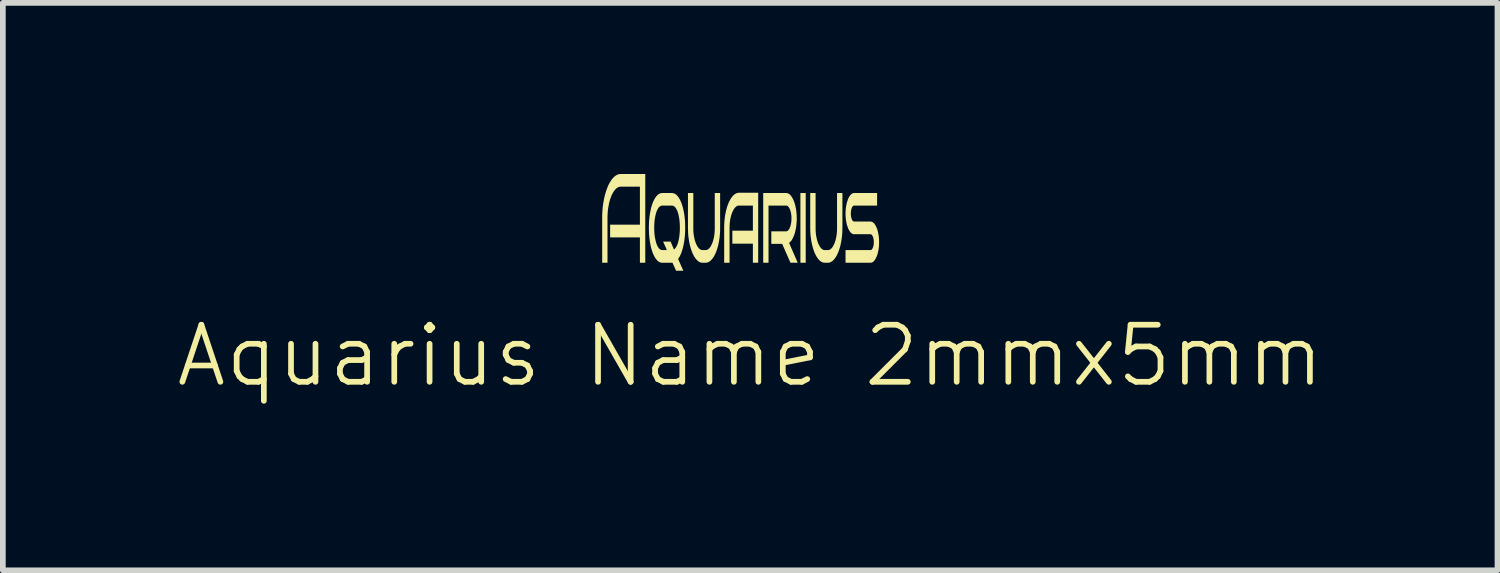
<source format=kicad_pcb>
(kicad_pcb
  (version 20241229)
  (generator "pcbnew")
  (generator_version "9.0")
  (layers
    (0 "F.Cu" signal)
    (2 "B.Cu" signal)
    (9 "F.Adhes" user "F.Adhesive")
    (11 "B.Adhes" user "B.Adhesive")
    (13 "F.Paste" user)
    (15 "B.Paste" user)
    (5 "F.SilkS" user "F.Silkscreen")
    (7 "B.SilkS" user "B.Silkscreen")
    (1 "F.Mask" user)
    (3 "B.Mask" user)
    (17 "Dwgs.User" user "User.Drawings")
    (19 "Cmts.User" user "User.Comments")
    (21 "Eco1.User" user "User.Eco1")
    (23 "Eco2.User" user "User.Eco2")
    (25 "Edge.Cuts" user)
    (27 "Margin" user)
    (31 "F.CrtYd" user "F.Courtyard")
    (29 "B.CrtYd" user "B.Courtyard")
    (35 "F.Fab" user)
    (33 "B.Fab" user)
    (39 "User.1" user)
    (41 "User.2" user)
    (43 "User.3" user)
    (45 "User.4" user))
  (footprint "Aquarius Name 2mmx5mm"
    (layer "F.Cu")
    (at 10.068 1.934)
    (property "Reference" "Aquarius Name 2mmx5mm" (at 0.03 1.25 0) (unlocked yes) (layer "F.SilkS") (effects (font (size 1 1) (thickness 0.1))))
    (fp_poly (pts (xy 1.003 -0.379) (xy 0.91 -0.379) (xy 0.91 -1.601) (xy 1.003 -1.601)) (stroke (width -0.000001) (type solid)) (fill yes) (layer "F.SilkS"))
    (fp_poly (pts (xy -1.809 -0.379) (xy -1.903 -0.379) (xy -1.903 -0.823) (xy -2.425 -0.823) (xy -2.425 -1.046) (xy -1.903 -1.046) (xy -1.903 -1.712) (xy -2.238 -1.712) (xy -2.246 -1.712) (xy -2.254 -1.711) (xy -2.262 -1.71) (xy -2.269 -1.708) (xy -2.277 -1.705) (xy -2.285 -1.702) (xy -2.292 -1.698) (xy -2.299 -1.694) (xy -2.307 -1.689) (xy -2.314 -1.683) (xy -2.321 -1.677) (xy -2.328 -1.67) (xy -2.335 -1.663) (xy -2.342 -1.655) (xy -2.348 -1.647) (xy -2.355 -1.638) (xy -2.362 -1.628) (xy -2.368 -1.618) (xy -2.374 -1.608) (xy -2.38 -1.597) (xy -2.386 -1.586) (xy -2.392 -1.575) (xy -2.398 -1.563) (xy -2.403 -1.55) (xy -2.408 -1.537) (xy -2.413 -1.524) (xy -2.418 -1.511) (xy -2.423 -1.497) (xy -2.427 -1.482) (xy -2.432 -1.468) (xy -2.436 -1.452) (xy -2.44 -1.437) (xy -2.447 -1.405) (xy -2.453 -1.372) (xy -2.459 -1.338) (xy -2.463 -1.303) (xy -2.467 -1.268) (xy -2.469 -1.232) (xy -2.471 -1.195) (xy -2.471 -1.157) (xy -2.471 -0.379) (xy -2.564 -0.379) (xy -2.564 -1.157) (xy -2.564 -1.196) (xy -2.563 -1.235) (xy -2.561 -1.274) (xy -2.558 -1.312) (xy -2.555 -1.349) (xy -2.55 -1.386) (xy -2.545 -1.422) (xy -2.539 -1.458) (xy -2.533 -1.493) (xy -2.525 -1.526) (xy -2.518 -1.559) (xy -2.509 -1.591) (xy -2.5 -1.621) (xy -2.49 -1.651) (xy -2.48 -1.679) (xy -2.469 -1.707) (xy -2.458 -1.733) (xy -2.452 -1.745) (xy -2.446 -1.758) (xy -2.44 -1.769) (xy -2.433 -1.781) (xy -2.427 -1.792) (xy -2.421 -1.802) (xy -2.414 -1.813) (xy -2.407 -1.823) (xy -2.401 -1.832) (xy -2.394 -1.841) (xy -2.387 -1.85) (xy -2.38 -1.859) (xy -2.372 -1.867) (xy -2.365 -1.874) (xy -2.357 -1.882) (xy -2.35 -1.889) (xy -2.342 -1.895) (xy -2.335 -1.901) (xy -2.327 -1.906) (xy -2.319 -1.911) (xy -2.311 -1.915) (xy -2.304 -1.919) (xy -2.296 -1.923) (xy -2.288 -1.926) (xy -2.28 -1.929) (xy -2.271 -1.931) (xy -2.263 -1.932) (xy -2.255 -1.934) (xy -2.247 -1.934) (xy -2.238 -1.934) (xy -1.809 -1.934)) (stroke (width -0.000001) (type solid)) (fill yes) (layer "F.SilkS"))
    (fp_poly (pts (xy 0.17 -0.379) (xy 0.077 -0.379) (xy 0.077 -0.714) (xy -0.283 -0.714) (xy -0.283 -0.941) (xy 0.077 -0.941) (xy 0.077 -1.381) (xy -0.166 -1.381) (xy -0.172 -1.381) (xy -0.178 -1.38) (xy -0.183 -1.379) (xy -0.189 -1.378) (xy -0.194 -1.376) (xy -0.2 -1.374) (xy -0.205 -1.371) (xy -0.21 -1.368) (xy -0.215 -1.364) (xy -0.22 -1.36) (xy -0.225 -1.356) (xy -0.23 -1.351) (xy -0.235 -1.346) (xy -0.24 -1.34) (xy -0.245 -1.334) (xy -0.25 -1.328) (xy -0.254 -1.321) (xy -0.259 -1.314) (xy -0.263 -1.307) (xy -0.267 -1.299) (xy -0.271 -1.291) (xy -0.275 -1.283) (xy -0.279 -1.274) (xy -0.283 -1.266) (xy -0.287 -1.257) (xy -0.29 -1.248) (xy -0.294 -1.238) (xy -0.297 -1.228) (xy -0.3 -1.218) (xy -0.304 -1.208) (xy -0.306 -1.197) (xy -0.309 -1.187) (xy -0.315 -1.164) (xy -0.319 -1.141) (xy -0.323 -1.118) (xy -0.326 -1.094) (xy -0.329 -1.069) (xy -0.33 -1.043) (xy -0.331 -1.017) (xy -0.332 -0.99) (xy -0.332 -0.379) (xy -0.426 -0.379) (xy -0.426 -0.99) (xy -0.426 -1.021) (xy -0.425 -1.052) (xy -0.423 -1.083) (xy -0.421 -1.113) (xy -0.418 -1.143) (xy -0.415 -1.172) (xy -0.411 -1.201) (xy -0.406 -1.229) (xy -0.401 -1.256) (xy -0.395 -1.283) (xy -0.389 -1.309) (xy -0.382 -1.334) (xy -0.375 -1.358) (xy -0.367 -1.382) (xy -0.359 -1.404) (xy -0.35 -1.426) (xy -0.341 -1.446) (xy -0.336 -1.456) (xy -0.331 -1.465) (xy -0.326 -1.475) (xy -0.321 -1.484) (xy -0.316 -1.492) (xy -0.311 -1.501) (xy -0.306 -1.509) (xy -0.301 -1.517) (xy -0.295 -1.524) (xy -0.29 -1.532) (xy -0.284 -1.539) (xy -0.278 -1.545) (xy -0.273 -1.552) (xy -0.267 -1.558) (xy -0.261 -1.564) (xy -0.255 -1.569) (xy -0.249 -1.574) (xy -0.243 -1.579) (xy -0.237 -1.583) (xy -0.231 -1.587) (xy -0.224 -1.59) (xy -0.218 -1.594) (xy -0.212 -1.596) (xy -0.205 -1.599) (xy -0.199 -1.601) (xy -0.193 -1.603) (xy -0.186 -1.604) (xy -0.18 -1.605) (xy -0.173 -1.605) (xy -0.166 -1.606) (xy 0.17 -1.606)) (stroke (width -0.000001) (type solid)) (fill yes) (layer "F.SilkS"))
    (fp_poly (pts (xy 0.665 -1.601) (xy 0.672 -1.6) (xy 0.678 -1.599) (xy 0.684 -1.597) (xy 0.691 -1.595) (xy 0.697 -1.593) (xy 0.703 -1.59) (xy 0.709 -1.586) (xy 0.715 -1.582) (xy 0.72 -1.578) (xy 0.726 -1.573) (xy 0.732 -1.567) (xy 0.737 -1.562) (xy 0.743 -1.555) (xy 0.748 -1.548) (xy 0.753 -1.541) (xy 0.758 -1.533) (xy 0.764 -1.525) (xy 0.768 -1.517) (xy 0.773 -1.509) (xy 0.778 -1.5) (xy 0.782 -1.49) (xy 0.787 -1.481) (xy 0.791 -1.471) (xy 0.795 -1.461) (xy 0.799 -1.45) (xy 0.803 -1.439) (xy 0.807 -1.428) (xy 0.811 -1.416) (xy 0.814 -1.405) (xy 0.817 -1.392) (xy 0.821 -1.38) (xy 0.826 -1.354) (xy 0.832 -1.328) (xy 0.836 -1.301) (xy 0.839 -1.274) (xy 0.842 -1.245) (xy 0.844 -1.216) (xy 0.845 -1.187) (xy 0.846 -1.157) (xy 0.846 -1.132) (xy 0.845 -1.107) (xy 0.843 -1.083) (xy 0.841 -1.06) (xy 0.839 -1.036) (xy 0.836 -1.014) (xy 0.833 -0.991) (xy 0.829 -0.969) (xy 0.824 -0.947) (xy 0.819 -0.927) (xy 0.814 -0.906) (xy 0.808 -0.887) (xy 0.802 -0.869) (xy 0.795 -0.851) (xy 0.788 -0.834) (xy 0.781 -0.818) (xy 0.777 -0.81) (xy 0.773 -0.803) (xy 0.769 -0.795) (xy 0.765 -0.788) (xy 0.761 -0.782) (xy 0.757 -0.775) (xy 0.753 -0.769) (xy 0.748 -0.764) (xy 0.744 -0.758) (xy 0.739 -0.753) (xy 0.735 -0.748) (xy 0.73 -0.743) (xy 0.726 -0.739) (xy 0.721 -0.735) (xy 0.716 -0.731) (xy 0.711 -0.728) (xy 0.863 -0.379) (xy 0.736 -0.379) (xy 0.59 -0.71) (xy 0.4 -0.71) (xy 0.4 -0.93) (xy 0.659 -0.93) (xy 0.661 -0.93) (xy 0.664 -0.93) (xy 0.666 -0.931) (xy 0.669 -0.931) (xy 0.671 -0.932) (xy 0.673 -0.932) (xy 0.675 -0.933) (xy 0.678 -0.934) (xy 0.68 -0.935) (xy 0.682 -0.937) (xy 0.684 -0.938) (xy 0.687 -0.94) (xy 0.689 -0.941) (xy 0.691 -0.943) (xy 0.693 -0.945) (xy 0.695 -0.947) (xy 0.697 -0.949) (xy 0.699 -0.951) (xy 0.701 -0.954) (xy 0.703 -0.956) (xy 0.707 -0.962) (xy 0.711 -0.968) (xy 0.715 -0.975) (xy 0.719 -0.982) (xy 0.722 -0.99) (xy 0.726 -0.998) (xy 0.729 -1.006) (xy 0.732 -1.015) (xy 0.735 -1.024) (xy 0.738 -1.033) (xy 0.74 -1.042) (xy 0.742 -1.052) (xy 0.745 -1.062) (xy 0.746 -1.071) (xy 0.748 -1.081) (xy 0.749 -1.092) (xy 0.751 -1.102) (xy 0.752 -1.113) (xy 0.752 -1.123) (xy 0.753 -1.134) (xy 0.753 -1.145) (xy 0.753 -1.157) (xy 0.753 -1.18) (xy 0.752 -1.202) (xy 0.751 -1.212) (xy 0.749 -1.223) (xy 0.748 -1.233) (xy 0.746 -1.243) (xy 0.745 -1.253) (xy 0.742 -1.262) (xy 0.74 -1.272) (xy 0.738 -1.281) (xy 0.735 -1.29) (xy 0.732 -1.299) (xy 0.729 -1.307) (xy 0.726 -1.316) (xy 0.722 -1.323) (xy 0.719 -1.331) (xy 0.715 -1.338) (xy 0.711 -1.344) (xy 0.707 -1.35) (xy 0.703 -1.355) (xy 0.699 -1.36) (xy 0.695 -1.365) (xy 0.691 -1.369) (xy 0.687 -1.372) (xy 0.682 -1.375) (xy 0.678 -1.377) (xy 0.673 -1.379) (xy 0.669 -1.38) (xy 0.664 -1.381) (xy 0.659 -1.381) (xy 0.351 -1.381) (xy 0.351 -0.379) (xy 0.258 -0.379) (xy 0.258 -1.601) (xy 0.659 -1.601)) (stroke (width -0.000001) (type solid)) (fill yes) (layer "F.SilkS"))
    (fp_poly (pts (xy -0.967 -0.99) (xy -0.967 -0.964) (xy -0.966 -0.938) (xy -0.964 -0.912) (xy -0.962 -0.888) (xy -0.959 -0.864) (xy -0.955 -0.84) (xy -0.95 -0.817) (xy -0.945 -0.794) (xy -0.94 -0.773) (xy -0.933 -0.752) (xy -0.927 -0.733) (xy -0.923 -0.724) (xy -0.92 -0.715) (xy -0.916 -0.706) (xy -0.912 -0.698) (xy -0.908 -0.69) (xy -0.904 -0.682) (xy -0.9 -0.674) (xy -0.895 -0.667) (xy -0.891 -0.66) (xy -0.886 -0.653) (xy -0.882 -0.647) (xy -0.877 -0.641) (xy -0.872 -0.636) (xy -0.867 -0.63) (xy -0.863 -0.626) (xy -0.858 -0.621) (xy -0.853 -0.618) (xy -0.848 -0.614) (xy -0.842 -0.611) (xy -0.837 -0.608) (xy -0.832 -0.606) (xy -0.827 -0.604) (xy -0.821 -0.603) (xy -0.816 -0.602) (xy -0.81 -0.601) (xy -0.805 -0.601) (xy -0.753 -0.601) (xy -0.748 -0.601) (xy -0.742 -0.602) (xy -0.736 -0.603) (xy -0.731 -0.604) (xy -0.726 -0.606) (xy -0.72 -0.608) (xy -0.715 -0.611) (xy -0.71 -0.614) (xy -0.705 -0.618) (xy -0.7 -0.621) (xy -0.695 -0.626) (xy -0.69 -0.63) (xy -0.685 -0.636) (xy -0.68 -0.641) (xy -0.676 -0.647) (xy -0.671 -0.653) (xy -0.667 -0.66) (xy -0.662 -0.667) (xy -0.658 -0.674) (xy -0.654 -0.682) (xy -0.65 -0.69) (xy -0.646 -0.698) (xy -0.642 -0.706) (xy -0.638 -0.715) (xy -0.635 -0.724) (xy -0.631 -0.733) (xy -0.628 -0.742) (xy -0.624 -0.752) (xy -0.621 -0.762) (xy -0.618 -0.773) (xy -0.615 -0.783) (xy -0.613 -0.794) (xy -0.607 -0.817) (xy -0.603 -0.84) (xy -0.599 -0.864) (xy -0.596 -0.888) (xy -0.594 -0.912) (xy -0.592 -0.938) (xy -0.591 -0.964) (xy -0.591 -0.99) (xy -0.591 -1.601) (xy -0.497 -1.601) (xy -0.497 -0.99) (xy -0.498 -0.959) (xy -0.498 -0.928) (xy -0.5 -0.897) (xy -0.502 -0.867) (xy -0.505 -0.838) (xy -0.508 -0.809) (xy -0.513 -0.78) (xy -0.517 -0.752) (xy -0.523 -0.725) (xy -0.528 -0.698) (xy -0.534 -0.673) (xy -0.541 -0.648) (xy -0.548 -0.624) (xy -0.556 -0.601) (xy -0.564 -0.579) (xy -0.572 -0.558) (xy -0.581 -0.537) (xy -0.586 -0.528) (xy -0.591 -0.518) (xy -0.595 -0.509) (xy -0.6 -0.5) (xy -0.605 -0.492) (xy -0.61 -0.483) (xy -0.615 -0.475) (xy -0.621 -0.467) (xy -0.626 -0.46) (xy -0.631 -0.453) (xy -0.637 -0.446) (xy -0.642 -0.439) (xy -0.648 -0.433) (xy -0.654 -0.427) (xy -0.66 -0.421) (xy -0.665 -0.415) (xy -0.671 -0.41) (xy -0.677 -0.406) (xy -0.683 -0.401) (xy -0.689 -0.398) (xy -0.696 -0.394) (xy -0.702 -0.391) (xy -0.708 -0.388) (xy -0.714 -0.386) (xy -0.721 -0.384) (xy -0.727 -0.382) (xy -0.734 -0.381) (xy -0.74 -0.38) (xy -0.747 -0.379) (xy -0.753 -0.379) (xy -0.805 -0.379) (xy -0.811 -0.379) (xy -0.818 -0.38) (xy -0.824 -0.381) (xy -0.831 -0.382) (xy -0.837 -0.384) (xy -0.844 -0.386) (xy -0.85 -0.388) (xy -0.856 -0.391) (xy -0.862 -0.394) (xy -0.869 -0.398) (xy -0.875 -0.401) (xy -0.881 -0.406) (xy -0.887 -0.41) (xy -0.893 -0.415) (xy -0.898 -0.421) (xy -0.904 -0.427) (xy -0.91 -0.433) (xy -0.916 -0.439) (xy -0.921 -0.446) (xy -0.927 -0.453) (xy -0.932 -0.46) (xy -0.937 -0.468) (xy -0.943 -0.475) (xy -0.948 -0.484) (xy -0.953 -0.492) (xy -0.958 -0.501) (xy -0.963 -0.51) (xy -0.967 -0.519) (xy -0.972 -0.528) (xy -0.977 -0.538) (xy -0.981 -0.548) (xy -0.986 -0.559) (xy -0.994 -0.58) (xy -1.002 -0.603) (xy -1.01 -0.626) (xy -1.017 -0.65) (xy -1.023 -0.674) (xy -1.03 -0.7) (xy -1.035 -0.726) (xy -1.041 -0.753) (xy -1.045 -0.781) (xy -1.049 -0.809) (xy -1.053 -0.838) (xy -1.056 -0.868) (xy -1.058 -0.897) (xy -1.059 -0.928) (xy -1.06 -0.959) (xy -1.061 -0.99) (xy -1.061 -1.601) (xy -0.967 -1.601)) (stroke (width -0.000001) (type solid)) (fill yes) (layer "F.SilkS"))
    (fp_poly (pts (xy 1.176 -0.99) (xy 1.176 -0.964) (xy 1.177 -0.938) (xy 1.179 -0.912) (xy 1.181 -0.888) (xy 1.184 -0.864) (xy 1.188 -0.84) (xy 1.193 -0.817) (xy 1.198 -0.794) (xy 1.203 -0.773) (xy 1.21 -0.752) (xy 1.216 -0.733) (xy 1.22 -0.724) (xy 1.223 -0.715) (xy 1.227 -0.706) (xy 1.231 -0.698) (xy 1.235 -0.69) (xy 1.239 -0.682) (xy 1.243 -0.674) (xy 1.248 -0.667) (xy 1.252 -0.66) (xy 1.257 -0.653) (xy 1.261 -0.647) (xy 1.266 -0.641) (xy 1.271 -0.636) (xy 1.276 -0.63) (xy 1.28 -0.626) (xy 1.285 -0.621) (xy 1.29 -0.618) (xy 1.295 -0.614) (xy 1.301 -0.611) (xy 1.306 -0.608) (xy 1.311 -0.606) (xy 1.316 -0.604) (xy 1.322 -0.603) (xy 1.327 -0.602) (xy 1.333 -0.601) (xy 1.338 -0.601) (xy 1.39 -0.601) (xy 1.395 -0.601) (xy 1.401 -0.602) (xy 1.407 -0.603) (xy 1.412 -0.604) (xy 1.417 -0.606) (xy 1.423 -0.608) (xy 1.428 -0.611) (xy 1.433 -0.614) (xy 1.438 -0.618) (xy 1.443 -0.621) (xy 1.448 -0.626) (xy 1.453 -0.63) (xy 1.458 -0.636) (xy 1.463 -0.641) (xy 1.467 -0.647) (xy 1.472 -0.653) (xy 1.476 -0.66) (xy 1.481 -0.667) (xy 1.485 -0.674) (xy 1.489 -0.682) (xy 1.493 -0.69) (xy 1.497 -0.698) (xy 1.501 -0.706) (xy 1.505 -0.715) (xy 1.508 -0.724) (xy 1.512 -0.733) (xy 1.515 -0.742) (xy 1.518 -0.752) (xy 1.522 -0.762) (xy 1.525 -0.773) (xy 1.528 -0.783) (xy 1.53 -0.794) (xy 1.536 -0.817) (xy 1.54 -0.84) (xy 1.544 -0.864) (xy 1.547 -0.888) (xy 1.549 -0.912) (xy 1.551 -0.938) (xy 1.552 -0.964) (xy 1.552 -0.99) (xy 1.552 -1.601) (xy 1.646 -1.601) (xy 1.646 -0.99) (xy 1.645 -0.959) (xy 1.645 -0.928) (xy 1.643 -0.897) (xy 1.641 -0.867) (xy 1.638 -0.838) (xy 1.634 -0.809) (xy 1.63 -0.78) (xy 1.626 -0.752) (xy 1.62 -0.725) (xy 1.615 -0.698) (xy 1.609 -0.673) (xy 1.602 -0.648) (xy 1.595 -0.624) (xy 1.587 -0.601) (xy 1.579 -0.579) (xy 1.571 -0.558) (xy 1.562 -0.537) (xy 1.557 -0.528) (xy 1.552 -0.518) (xy 1.548 -0.509) (xy 1.543 -0.5) (xy 1.538 -0.492) (xy 1.533 -0.483) (xy 1.528 -0.475) (xy 1.522 -0.467) (xy 1.517 -0.46) (xy 1.512 -0.453) (xy 1.506 -0.446) (xy 1.501 -0.439) (xy 1.495 -0.433) (xy 1.489 -0.427) (xy 1.483 -0.421) (xy 1.478 -0.415) (xy 1.472 -0.41) (xy 1.466 -0.406) (xy 1.46 -0.401) (xy 1.454 -0.398) (xy 1.447 -0.394) (xy 1.441 -0.391) (xy 1.435 -0.388) (xy 1.429 -0.386) (xy 1.422 -0.384) (xy 1.416 -0.382) (xy 1.409 -0.381) (xy 1.403 -0.38) (xy 1.396 -0.379) (xy 1.39 -0.379) (xy 1.338 -0.379) (xy 1.332 -0.379) (xy 1.325 -0.38) (xy 1.319 -0.381) (xy 1.312 -0.382) (xy 1.306 -0.384) (xy 1.299 -0.386) (xy 1.293 -0.388) (xy 1.287 -0.391) (xy 1.281 -0.394) (xy 1.274 -0.398) (xy 1.268 -0.401) (xy 1.262 -0.406) (xy 1.256 -0.41) (xy 1.25 -0.415) (xy 1.245 -0.421) (xy 1.239 -0.427) (xy 1.233 -0.433) (xy 1.227 -0.439) (xy 1.222 -0.446) (xy 1.216 -0.453) (xy 1.211 -0.46) (xy 1.206 -0.468) (xy 1.2 -0.475) (xy 1.195 -0.484) (xy 1.19 -0.492) (xy 1.185 -0.501) (xy 1.18 -0.51) (xy 1.176 -0.519) (xy 1.171 -0.528) (xy 1.166 -0.538) (xy 1.162 -0.548) (xy 1.157 -0.559) (xy 1.149 -0.58) (xy 1.141 -0.603) (xy 1.133 -0.626) (xy 1.126 -0.65) (xy 1.12 -0.674) (xy 1.113 -0.7) (xy 1.108 -0.726) (xy 1.102 -0.753) (xy 1.098 -0.781) (xy 1.094 -0.809) (xy 1.09 -0.838) (xy 1.087 -0.868) (xy 1.085 -0.897) (xy 1.083 -0.928) (xy 1.083 -0.959) (xy 1.082 -0.99) (xy 1.082 -1.601) (xy 1.176 -1.601)) (stroke (width -0.000001) (type solid)) (fill yes) (layer "F.SilkS"))
    (fp_poly (pts (xy -1.337 -1.601) (xy -1.328 -1.6) (xy -1.32 -1.598) (xy -1.311 -1.596) (xy -1.303 -1.593) (xy -1.295 -1.59) (xy -1.287 -1.585) (xy -1.279 -1.581) (xy -1.272 -1.575) (xy -1.264 -1.569) (xy -1.257 -1.562) (xy -1.249 -1.555) (xy -1.242 -1.547) (xy -1.235 -1.538) (xy -1.228 -1.529) (xy -1.221 -1.519) (xy -1.215 -1.508) (xy -1.209 -1.497) (xy -1.202 -1.486) (xy -1.196 -1.474) (xy -1.191 -1.462) (xy -1.185 -1.449) (xy -1.179 -1.436) (xy -1.174 -1.423) (xy -1.169 -1.409) (xy -1.164 -1.394) (xy -1.16 -1.38) (xy -1.155 -1.364) (xy -1.151 -1.349) (xy -1.147 -1.332) (xy -1.143 -1.316) (xy -1.139 -1.299) (xy -1.132 -1.264) (xy -1.126 -1.228) (xy -1.121 -1.191) (xy -1.117 -1.153) (xy -1.113 -1.114) (xy -1.111 -1.075) (xy -1.11 -1.034) (xy -1.109 -0.992) (xy -1.11 -0.948) (xy -1.111 -0.905) (xy -1.114 -0.863) (xy -1.118 -0.822) (xy -1.122 -0.783) (xy -1.128 -0.744) (xy -1.135 -0.706) (xy -1.143 -0.669) (xy -1.151 -0.634) (xy -1.161 -0.6) (xy -1.166 -0.584) (xy -1.171 -0.569) (xy -1.176 -0.554) (xy -1.182 -0.54) (xy -1.188 -0.527) (xy -1.194 -0.513) (xy -1.2 -0.501) (xy -1.206 -0.489) (xy -1.213 -0.477) (xy -1.22 -0.466) (xy -1.226 -0.456) (xy -1.234 -0.446) (xy -1.142 -0.239) (xy -1.269 -0.239) (xy -1.332 -0.379) (xy -1.508 -0.379) (xy -1.517 -0.379) (xy -1.526 -0.38) (xy -1.534 -0.382) (xy -1.543 -0.384) (xy -1.551 -0.387) (xy -1.559 -0.391) (xy -1.567 -0.395) (xy -1.575 -0.4) (xy -1.583 -0.405) (xy -1.59 -0.411) (xy -1.598 -0.418) (xy -1.605 -0.426) (xy -1.612 -0.434) (xy -1.619 -0.443) (xy -1.626 -0.452) (xy -1.633 -0.462) (xy -1.64 -0.473) (xy -1.646 -0.484) (xy -1.652 -0.495) (xy -1.659 -0.507) (xy -1.664 -0.52) (xy -1.67 -0.533) (xy -1.676 -0.546) (xy -1.681 -0.559) (xy -1.686 -0.574) (xy -1.691 -0.588) (xy -1.696 -0.603) (xy -1.7 -0.618) (xy -1.704 -0.634) (xy -1.709 -0.651) (xy -1.713 -0.667) (xy -1.716 -0.684) (xy -1.723 -0.72) (xy -1.729 -0.756) (xy -1.734 -0.793) (xy -1.738 -0.831) (xy -1.742 -0.87) (xy -1.744 -0.91) (xy -1.745 -0.95) (xy -1.746 -0.992) (xy -1.652 -0.992) (xy -1.652 -0.966) (xy -1.651 -0.94) (xy -1.65 -0.915) (xy -1.648 -0.89) (xy -1.646 -0.866) (xy -1.643 -0.842) (xy -1.639 -0.819) (xy -1.635 -0.797) (xy -1.63 -0.775) (xy -1.625 -0.754) (xy -1.62 -0.735) (xy -1.614 -0.717) (xy -1.608 -0.699) (xy -1.604 -0.691) (xy -1.601 -0.683) (xy -1.597 -0.676) (xy -1.593 -0.668) (xy -1.589 -0.661) (xy -1.586 -0.654) (xy -1.581 -0.648) (xy -1.577 -0.642) (xy -1.573 -0.636) (xy -1.569 -0.631) (xy -1.564 -0.626) (xy -1.56 -0.622) (xy -1.555 -0.618) (xy -1.55 -0.614) (xy -1.545 -0.611) (xy -1.54 -0.609) (xy -1.535 -0.606) (xy -1.53 -0.604) (xy -1.527 -0.604) (xy -1.525 -0.603) (xy -1.522 -0.602) (xy -1.519 -0.602) (xy -1.514 -0.601) (xy -1.508 -0.601) (xy -1.43 -0.601) (xy -1.496 -0.75) (xy -1.365 -0.75) (xy -1.307 -0.612) (xy -1.303 -0.614) (xy -1.3 -0.617) (xy -1.294 -0.622) (xy -1.289 -0.627) (xy -1.283 -0.633) (xy -1.278 -0.64) (xy -1.273 -0.647) (xy -1.267 -0.655) (xy -1.263 -0.664) (xy -1.258 -0.673) (xy -1.253 -0.682) (xy -1.249 -0.692) (xy -1.245 -0.703) (xy -1.241 -0.714) (xy -1.237 -0.726) (xy -1.233 -0.738) (xy -1.23 -0.751) (xy -1.224 -0.778) (xy -1.218 -0.806) (xy -1.213 -0.834) (xy -1.21 -0.864) (xy -1.207 -0.895) (xy -1.204 -0.926) (xy -1.203 -0.959) (xy -1.203 -0.992) (xy -1.203 -1.019) (xy -1.204 -1.044) (xy -1.205 -1.07) (xy -1.207 -1.094) (xy -1.209 -1.119) (xy -1.212 -1.142) (xy -1.216 -1.165) (xy -1.22 -1.188) (xy -1.224 -1.209) (xy -1.229 -1.23) (xy -1.234 -1.249) (xy -1.24 -1.267) (xy -1.243 -1.276) (xy -1.247 -1.285) (xy -1.25 -1.293) (xy -1.254 -1.3) (xy -1.257 -1.308) (xy -1.261 -1.315) (xy -1.265 -1.322) (xy -1.269 -1.329) (xy -1.273 -1.335) (xy -1.277 -1.341) (xy -1.281 -1.347) (xy -1.286 -1.352) (xy -1.29 -1.356) (xy -1.295 -1.361) (xy -1.299 -1.365) (xy -1.304 -1.368) (xy -1.309 -1.371) (xy -1.314 -1.374) (xy -1.319 -1.376) (xy -1.324 -1.378) (xy -1.327 -1.379) (xy -1.329 -1.379) (xy -1.332 -1.38) (xy -1.335 -1.38) (xy -1.34 -1.381) (xy -1.346 -1.381) (xy -1.508 -1.381) (xy -1.514 -1.381) (xy -1.519 -1.38) (xy -1.525 -1.379) (xy -1.53 -1.378) (xy -1.535 -1.376) (xy -1.54 -1.374) (xy -1.545 -1.371) (xy -1.55 -1.368) (xy -1.555 -1.365) (xy -1.56 -1.361) (xy -1.564 -1.356) (xy -1.569 -1.352) (xy -1.573 -1.347) (xy -1.577 -1.341) (xy -1.581 -1.335) (xy -1.586 -1.329) (xy -1.589 -1.322) (xy -1.593 -1.315) (xy -1.597 -1.308) (xy -1.601 -1.3) (xy -1.604 -1.293) (xy -1.608 -1.285) (xy -1.611 -1.276) (xy -1.614 -1.267) (xy -1.617 -1.258) (xy -1.62 -1.249) (xy -1.623 -1.24) (xy -1.625 -1.23) (xy -1.628 -1.22) (xy -1.63 -1.209) (xy -1.633 -1.199) (xy -1.635 -1.188) (xy -1.639 -1.165) (xy -1.643 -1.142) (xy -1.646 -1.119) (xy -1.648 -1.094) (xy -1.65 -1.07) (xy -1.651 -1.044) (xy -1.652 -1.019) (xy -1.652 -0.992) (xy -1.746 -0.992) (xy -1.745 -1.034) (xy -1.744 -1.075) (xy -1.742 -1.114) (xy -1.738 -1.153) (xy -1.734 -1.191) (xy -1.729 -1.228) (xy -1.723 -1.264) (xy -1.716 -1.299) (xy -1.709 -1.332) (xy -1.7 -1.364) (xy -1.691 -1.394) (xy -1.681 -1.423) (xy -1.676 -1.436) (xy -1.67 -1.449) (xy -1.664 -1.462) (xy -1.659 -1.474) (xy -1.652 -1.486) (xy -1.646 -1.497) (xy -1.64 -1.508) (xy -1.633 -1.519) (xy -1.626 -1.529) (xy -1.619 -1.538) (xy -1.612 -1.547) (xy -1.605 -1.555) (xy -1.598 -1.562) (xy -1.59 -1.569) (xy -1.583 -1.575) (xy -1.575 -1.581) (xy -1.567 -1.585) (xy -1.559 -1.59) (xy -1.551 -1.593) (xy -1.543 -1.596) (xy -1.534 -1.598) (xy -1.526 -1.6) (xy -1.517 -1.601) (xy -1.508 -1.601) (xy -1.346 -1.601)) (stroke (width -0.000001) (type solid)) (fill yes) (layer "F.SilkS"))
    (fp_poly (pts (xy 2.254 -1.381) (xy 1.851 -1.381) (xy 1.85 -1.381) (xy 1.849 -1.381) (xy 1.847 -1.381) (xy 1.846 -1.38) (xy 1.844 -1.38) (xy 1.843 -1.38) (xy 1.841 -1.379) (xy 1.84 -1.379) (xy 1.839 -1.378) (xy 1.837 -1.377) (xy 1.836 -1.376) (xy 1.835 -1.375) (xy 1.833 -1.374) (xy 1.832 -1.373) (xy 1.831 -1.372) (xy 1.83 -1.371) (xy 1.828 -1.369) (xy 1.827 -1.368) (xy 1.826 -1.367) (xy 1.825 -1.365) (xy 1.822 -1.362) (xy 1.82 -1.358) (xy 1.817 -1.354) (xy 1.815 -1.35) (xy 1.813 -1.345) (xy 1.811 -1.34) (xy 1.809 -1.335) (xy 1.807 -1.329) (xy 1.805 -1.324) (xy 1.803 -1.318) (xy 1.802 -1.313) (xy 1.8 -1.307) (xy 1.799 -1.301) (xy 1.798 -1.295) (xy 1.797 -1.288) (xy 1.796 -1.282) (xy 1.795 -1.276) (xy 1.795 -1.269) (xy 1.794 -1.262) (xy 1.794 -1.255) (xy 1.794 -1.248) (xy 1.793 -1.241) (xy 1.794 -1.227) (xy 1.795 -1.213) (xy 1.795 -1.207) (xy 1.796 -1.2) (xy 1.797 -1.194) (xy 1.798 -1.187) (xy 1.799 -1.181) (xy 1.8 -1.175) (xy 1.802 -1.17) (xy 1.803 -1.164) (xy 1.805 -1.158) (xy 1.807 -1.153) (xy 1.809 -1.147) (xy 1.811 -1.142) (xy 1.813 -1.137) (xy 1.815 -1.133) (xy 1.817 -1.128) (xy 1.82 -1.124) (xy 1.822 -1.121) (xy 1.825 -1.117) (xy 1.827 -1.114) (xy 1.83 -1.111) (xy 1.832 -1.109) (xy 1.835 -1.107) (xy 1.837 -1.105) (xy 1.84 -1.104) (xy 1.843 -1.103) (xy 1.846 -1.102) (xy 1.849 -1.101) (xy 1.851 -1.101) (xy 2.137 -1.101) (xy 2.143 -1.101) (xy 2.148 -1.1) (xy 2.153 -1.099) (xy 2.158 -1.098) (xy 2.163 -1.096) (xy 2.168 -1.094) (xy 2.173 -1.092) (xy 2.178 -1.089) (xy 2.182 -1.086) (xy 2.187 -1.082) (xy 2.192 -1.078) (xy 2.196 -1.074) (xy 2.201 -1.069) (xy 2.205 -1.064) (xy 2.21 -1.058) (xy 2.214 -1.052) (xy 2.218 -1.046) (xy 2.222 -1.039) (xy 2.226 -1.033) (xy 2.23 -1.026) (xy 2.234 -1.018) (xy 2.238 -1.011) (xy 2.241 -1.003) (xy 2.245 -0.995) (xy 2.248 -0.987) (xy 2.252 -0.978) (xy 2.255 -0.969) (xy 2.258 -0.96) (xy 2.261 -0.951) (xy 2.263 -0.941) (xy 2.266 -0.931) (xy 2.269 -0.921) (xy 2.273 -0.9) (xy 2.277 -0.879) (xy 2.281 -0.857) (xy 2.284 -0.834) (xy 2.286 -0.811) (xy 2.288 -0.788) (xy 2.288 -0.764) (xy 2.289 -0.739) (xy 2.288 -0.714) (xy 2.288 -0.69) (xy 2.286 -0.667) (xy 2.284 -0.644) (xy 2.281 -0.621) (xy 2.277 -0.599) (xy 2.273 -0.578) (xy 2.269 -0.558) (xy 2.263 -0.538) (xy 2.258 -0.519) (xy 2.252 -0.501) (xy 2.248 -0.493) (xy 2.245 -0.485) (xy 2.241 -0.477) (xy 2.238 -0.469) (xy 2.234 -0.461) (xy 2.23 -0.454) (xy 2.226 -0.447) (xy 2.222 -0.44) (xy 2.218 -0.434) (xy 2.214 -0.428) (xy 2.21 -0.422) (xy 2.205 -0.416) (xy 2.201 -0.411) (xy 2.196 -0.406) (xy 2.192 -0.402) (xy 2.187 -0.398) (xy 2.182 -0.394) (xy 2.178 -0.391) (xy 2.173 -0.388) (xy 2.168 -0.386) (xy 2.163 -0.384) (xy 2.158 -0.382) (xy 2.153 -0.381) (xy 2.148 -0.38) (xy 2.143 -0.379) (xy 2.137 -0.379) (xy 1.701 -0.379) (xy 1.701 -0.601) (xy 2.137 -0.601) (xy 2.139 -0.601) (xy 2.14 -0.601) (xy 2.142 -0.601) (xy 2.143 -0.602) (xy 2.145 -0.602) (xy 2.146 -0.603) (xy 2.148 -0.603) (xy 2.149 -0.604) (xy 2.15 -0.604) (xy 2.152 -0.605) (xy 2.153 -0.606) (xy 2.155 -0.607) (xy 2.156 -0.608) (xy 2.157 -0.609) (xy 2.159 -0.61) (xy 2.16 -0.611) (xy 2.161 -0.612) (xy 2.162 -0.614) (xy 2.164 -0.615) (xy 2.165 -0.617) (xy 2.167 -0.62) (xy 2.17 -0.624) (xy 2.172 -0.628) (xy 2.175 -0.632) (xy 2.177 -0.636) (xy 2.179 -0.641) (xy 2.181 -0.646) (xy 2.183 -0.651) (xy 2.185 -0.657) (xy 2.187 -0.662) (xy 2.188 -0.668) (xy 2.19 -0.674) (xy 2.191 -0.68) (xy 2.192 -0.686) (xy 2.193 -0.692) (xy 2.194 -0.698) (xy 2.195 -0.704) (xy 2.195 -0.711) (xy 2.196 -0.718) (xy 2.196 -0.725) (xy 2.196 -0.732) (xy 2.196 -0.739) (xy 2.196 -0.753) (xy 2.195 -0.767) (xy 2.195 -0.773) (xy 2.194 -0.78) (xy 2.193 -0.786) (xy 2.192 -0.792) (xy 2.191 -0.799) (xy 2.19 -0.805) (xy 2.188 -0.81) (xy 2.187 -0.816) (xy 2.185 -0.822) (xy 2.183 -0.827) (xy 2.181 -0.833) (xy 2.179 -0.838) (xy 2.177 -0.843) (xy 2.175 -0.847) (xy 2.172 -0.852) (xy 2.17 -0.856) (xy 2.167 -0.859) (xy 2.165 -0.863) (xy 2.162 -0.866) (xy 2.16 -0.869) (xy 2.157 -0.871) (xy 2.155 -0.873) (xy 2.152 -0.875) (xy 2.149 -0.876) (xy 2.146 -0.877) (xy 2.143 -0.878) (xy 2.14 -0.879) (xy 2.137 -0.879) (xy 1.851 -0.879) (xy 1.846 -0.879) (xy 1.841 -0.88) (xy 1.836 -0.881) (xy 1.831 -0.882) (xy 1.826 -0.884) (xy 1.822 -0.886) (xy 1.817 -0.888) (xy 1.812 -0.891) (xy 1.807 -0.894) (xy 1.803 -0.898) (xy 1.798 -0.902) (xy 1.794 -0.906) (xy 1.789 -0.911) (xy 1.785 -0.916) (xy 1.78 -0.922) (xy 1.776 -0.928) (xy 1.772 -0.934) (xy 1.768 -0.941) (xy 1.764 -0.947) (xy 1.76 -0.954) (xy 1.756 -0.962) (xy 1.752 -0.969) (xy 1.749 -0.977) (xy 1.745 -0.985) (xy 1.742 -0.993) (xy 1.739 -1.002) (xy 1.736 -1.011) (xy 1.733 -1.02) (xy 1.73 -1.029) (xy 1.727 -1.039) (xy 1.724 -1.049) (xy 1.721 -1.059) (xy 1.717 -1.08) (xy 1.713 -1.101) (xy 1.709 -1.123) (xy 1.706 -1.146) (xy 1.704 -1.169) (xy 1.702 -1.192) (xy 1.701 -1.216) (xy 1.701 -1.241) (xy 1.701 -1.265) (xy 1.702 -1.289) (xy 1.704 -1.312) (xy 1.706 -1.335) (xy 1.709 -1.357) (xy 1.713 -1.379) (xy 1.717 -1.4) (xy 1.721 -1.421) (xy 1.727 -1.441) (xy 1.733 -1.46) (xy 1.739 -1.478) (xy 1.745 -1.495) (xy 1.749 -1.503) (xy 1.752 -1.511) (xy 1.756 -1.518) (xy 1.76 -1.526) (xy 1.764 -1.533) (xy 1.768 -1.539) (xy 1.772 -1.546) (xy 1.776 -1.552) (xy 1.78 -1.558) (xy 1.785 -1.564) (xy 1.789 -1.569) (xy 1.794 -1.574) (xy 1.798 -1.578) (xy 1.803 -1.582) (xy 1.807 -1.586) (xy 1.812 -1.589) (xy 1.817 -1.592) (xy 1.822 -1.594) (xy 1.826 -1.596) (xy 1.831 -1.598) (xy 1.836 -1.599) (xy 1.841 -1.6) (xy 1.846 -1.601) (xy 1.851 -1.601) (xy 2.254 -1.601)) (stroke (width -0.000001) (type solid)) (fill yes) (layer "F.SilkS")))
  (gr_rect
    (start -3 -3)
    (end 23.195 6.945)
    (stroke (width 0.1) (type default))
    (fill no)
    (layer "Edge.Cuts")))
</source>
